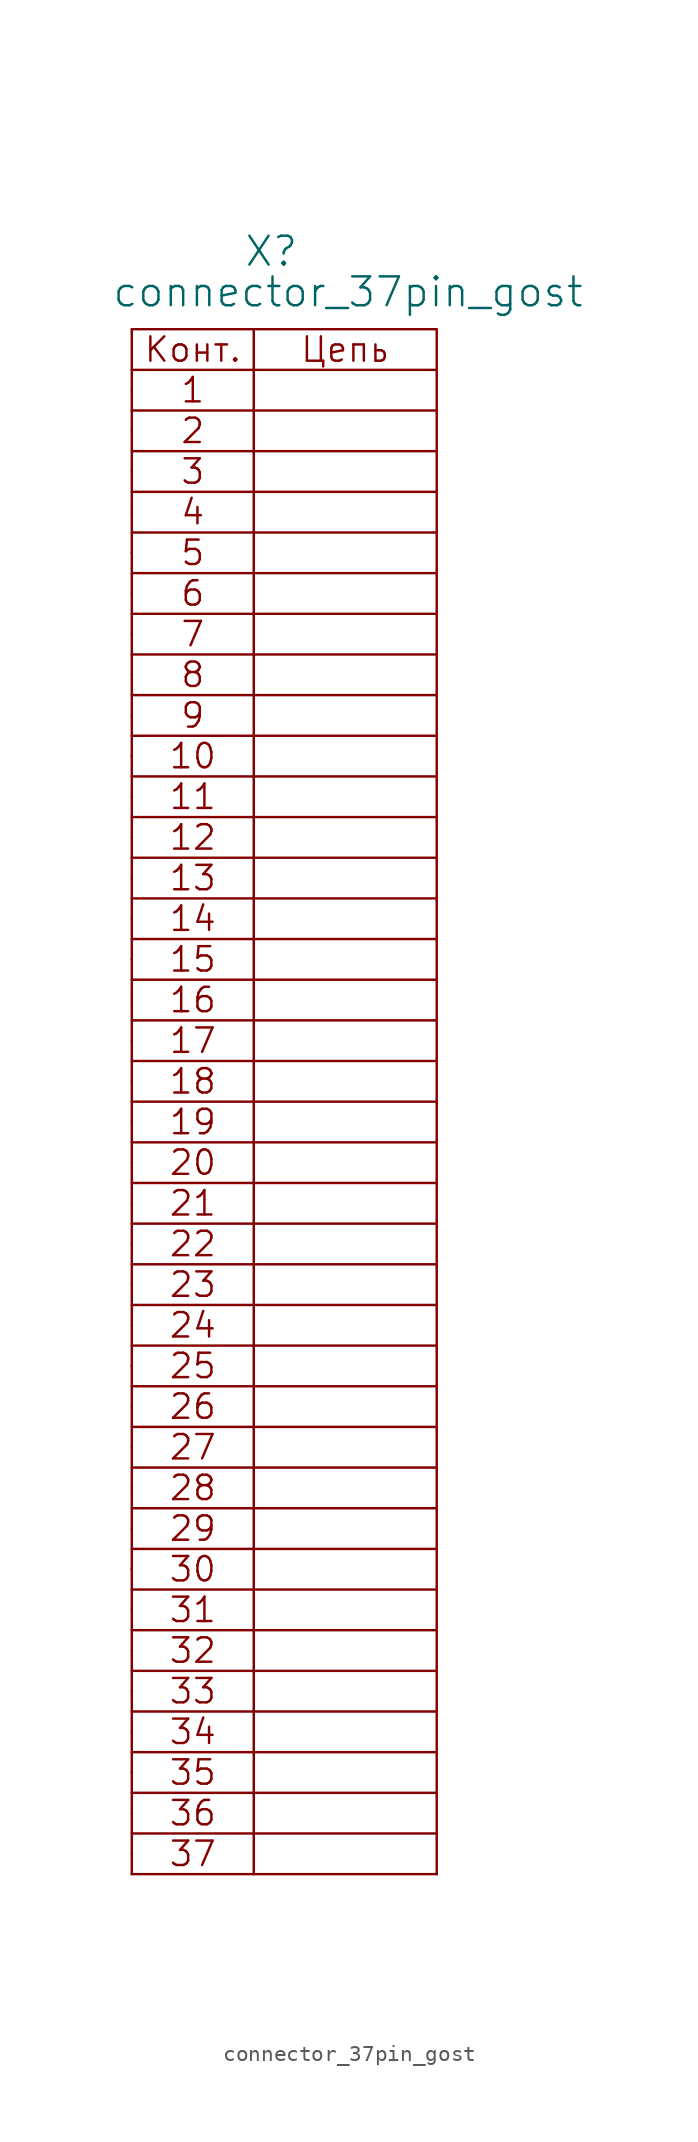
<source format=kicad_sym>
(kicad_symbol_lib
  (version 20211014)
  (generator kicad_symbol_editor)
  (symbol "connector_37pin_gost"
    (pin_numbers hide)
    (pin_names
      (offset 1.016) hide)
    (property "Reference" "X"
      (at 6.985 7.62 0)
      (effects (font (size 1.803 1.803)) (justify left bottom)))
    (property "Value" "connector_37pin_gost"
      (at -1.27 5.08 0)
      (effects (font (size 1.803 1.803)) (justify left bottom)))
    (property "Datasheet" ""
      (at 0 0 0)
      (effects (font (size 1.524 1.524))))
    (symbol "connector_37pin_gost_0_0"
      (polyline (pts (xy 0 -92.71) (xy 19.05 -92.71)) (stroke (width 0) (type default) (color 0 0 0 0)) (fill (type none)))
      (polyline (pts (xy 0 -87.63) (xy 19.05 -87.63)) (stroke (width 0) (type default) (color 0 0 0 0)) (fill (type none)))
      (polyline (pts (xy 0 -86.36) (xy 0 -86.36)) (stroke (width 0) (type default) (color 0 0 0 0)) (fill (type none)))
      (polyline (pts (xy 0 -85.09) (xy 19.05 -85.09)) (stroke (width 0) (type default) (color 0 0 0 0)) (fill (type none)))
      (polyline (pts (xy 0 -82.55) (xy 19.05 -82.55)) (stroke (width 0) (type default) (color 0 0 0 0)) (fill (type none)))
      (polyline (pts (xy 0 -80.01) (xy 19.05 -80.01)) (stroke (width 0) (type default) (color 0 0 0 0)) (fill (type none)))
      (polyline (pts (xy 0 -74.93) (xy 19.05 -74.93)) (stroke (width 0) (type default) (color 0 0 0 0)) (fill (type none)))
      (polyline (pts (xy 0 -73.66) (xy 0 -73.66)) (stroke (width 0) (type default) (color 0 0 0 0)) (fill (type none)))
      (polyline (pts (xy 0 -72.39) (xy 19.05 -72.39)) (stroke (width 0) (type default) (color 0 0 0 0)) (fill (type none)))
      (polyline (pts (xy 0 -69.85) (xy 19.05 -69.85)) (stroke (width 0) (type default) (color 0 0 0 0)) (fill (type none)))
      (polyline (pts (xy 0 -67.31) (xy 19.05 -67.31)) (stroke (width 0) (type default) (color 0 0 0 0)) (fill (type none)))
      (polyline (pts (xy 0 -62.23) (xy 19.05 -62.23)) (stroke (width 0) (type default) (color 0 0 0 0)) (fill (type none)))
      (polyline (pts (xy 0 -60.96) (xy 0 -60.96)) (stroke (width 0) (type default) (color 0 0 0 0)) (fill (type none)))
      (polyline (pts (xy 0 -59.69) (xy 19.05 -59.69)) (stroke (width 0) (type default) (color 0 0 0 0)) (fill (type none)))
      (polyline (pts (xy 0 -57.15) (xy 19.05 -57.15)) (stroke (width 0) (type default) (color 0 0 0 0)) (fill (type none)))
      (polyline (pts (xy 0 -54.61) (xy 19.05 -54.61)) (stroke (width 0) (type default) (color 0 0 0 0)) (fill (type none)))
      (polyline (pts (xy 0 -49.53) (xy 19.05 -49.53)) (stroke (width 0) (type default) (color 0 0 0 0)) (fill (type none)))
      (polyline (pts (xy 0 -46.99) (xy 19.05 -46.99)) (stroke (width 0) (type default) (color 0 0 0 0)) (fill (type none)))
      (polyline (pts (xy 0 -44.45) (xy 19.05 -44.45)) (stroke (width 0) (type default) (color 0 0 0 0)) (fill (type none)))
      (polyline (pts (xy 0 -41.91) (xy 19.05 -41.91)) (stroke (width 0) (type default) (color 0 0 0 0)) (fill (type none)))
      (polyline (pts (xy 0 -36.83) (xy 19.05 -36.83)) (stroke (width 0) (type default) (color 0 0 0 0)) (fill (type none)))
      (polyline (pts (xy 0 -35.56) (xy 0 -35.56)) (stroke (width 0) (type default) (color 0 0 0 0)) (fill (type none)))
      (polyline (pts (xy 0 -34.29) (xy 19.05 -34.29)) (stroke (width 0) (type default) (color 0 0 0 0)) (fill (type none)))
      (polyline (pts (xy 0 -31.75) (xy 19.05 -31.75)) (stroke (width 0) (type default) (color 0 0 0 0)) (fill (type none)))
      (polyline (pts (xy 0 -29.21) (xy 19.05 -29.21)) (stroke (width 0) (type default) (color 0 0 0 0)) (fill (type none)))
      (polyline (pts (xy 0 -24.13) (xy 19.05 -24.13)) (stroke (width 0) (type default) (color 0 0 0 0)) (fill (type none)))
      (polyline (pts (xy 0 -22.86) (xy 0 -22.86)) (stroke (width 0) (type default) (color 0 0 0 0)) (fill (type none)))
      (polyline (pts (xy 0 -21.59) (xy 19.05 -21.59)) (stroke (width 0) (type default) (color 0 0 0 0)) (fill (type none)))
      (polyline (pts (xy 0 -19.05) (xy 19.05 -19.05)) (stroke (width 0) (type default) (color 0 0 0 0)) (fill (type none)))
      (polyline (pts (xy 0 -16.51) (xy 19.05 -16.51)) (stroke (width 0) (type default) (color 0 0 0 0)) (fill (type none)))
      (polyline (pts (xy 0 -11.43) (xy 19.05 -11.43)) (stroke (width 0) (type default) (color 0 0 0 0)) (fill (type none)))
      (polyline (pts (xy 0 -10.16) (xy 0 -10.16)) (stroke (width 0) (type default) (color 0 0 0 0)) (fill (type none)))
      (polyline (pts (xy 0 -8.89) (xy 19.05 -8.89)) (stroke (width 0) (type default) (color 0 0 0 0)) (fill (type none)))
      (polyline (pts (xy 0 -6.35) (xy 19.05 -6.35)) (stroke (width 0) (type default) (color 0 0 0 0)) (fill (type none)))
      (polyline (pts (xy 0 -3.81) (xy 19.05 -3.81)) (stroke (width 0) (type default) (color 0 0 0 0)) (fill (type none)))
      (polyline (pts (xy 0 1.27) (xy 19.05 1.27)) (stroke (width 0) (type default) (color 0 0 0 0)) (fill (type none)))
      (polyline (pts (xy 19.05 -90.17) (xy 0 -90.17)) (stroke (width 0) (type default) (color 0 0 0 0)) (fill (type none)))
      (polyline (pts (xy 19.05 -77.47) (xy 0 -77.47)) (stroke (width 0) (type default) (color 0 0 0 0)) (fill (type none)))
      (polyline (pts (xy 19.05 -64.77) (xy 0 -64.77)) (stroke (width 0) (type default) (color 0 0 0 0)) (fill (type none)))
      (polyline (pts (xy 19.05 -52.07) (xy 0 -52.07)) (stroke (width 0) (type default) (color 0 0 0 0)) (fill (type none)))
      (polyline (pts (xy 19.05 -39.37) (xy 0 -39.37)) (stroke (width 0) (type default) (color 0 0 0 0)) (fill (type none)))
      (polyline (pts (xy 19.05 -26.67) (xy 0 -26.67)) (stroke (width 0) (type default) (color 0 0 0 0)) (fill (type none)))
      (polyline (pts (xy 19.05 -13.97) (xy 0 -13.97)) (stroke (width 0) (type default) (color 0 0 0 0)) (fill (type none)))
      (polyline (pts (xy 19.05 -1.27) (xy 0 -1.27)) (stroke (width 0) (type default) (color 0 0 0 0)) (fill (type none)))
      (text "1" (at 3.81 0 0) (effects (font (size 1.524 1.524))))
      (text "10" (at 3.81 -22.86 0) (effects (font (size 1.524 1.524))))
      (text "11" (at 3.81 -25.4 0) (effects (font (size 1.524 1.524))))
      (text "12" (at 3.81 -27.94 0) (effects (font (size 1.524 1.524))))
      (text "13" (at 3.81 -30.48 0) (effects (font (size 1.524 1.524))))
      (text "14" (at 3.81 -33.02 0) (effects (font (size 1.524 1.524))))
      (text "15" (at 3.81 -35.56 0) (effects (font (size 1.524 1.524))))
      (text "16" (at 3.81 -38.1 0) (effects (font (size 1.524 1.524))))
      (text "17" (at 3.81 -40.64 0) (effects (font (size 1.524 1.524))))
      (text "18" (at 3.81 -43.18 0) (effects (font (size 1.524 1.524))))
      (text "19" (at 3.81 -45.72 0) (effects (font (size 1.524 1.524))))
      (text "2" (at 3.81 -2.54 0) (effects (font (size 1.524 1.524))))
      (text "20" (at 3.81 -48.26 0) (effects (font (size 1.524 1.524))))
      (text "21" (at 3.81 -50.8 0) (effects (font (size 1.524 1.524))))
      (text "22" (at 3.81 -53.34 0) (effects (font (size 1.524 1.524))))
      (text "23" (at 3.81 -55.88 0) (effects (font (size 1.524 1.524))))
      (text "24" (at 3.81 -58.42 0) (effects (font (size 1.524 1.524))))
      (text "25" (at 3.81 -60.96 0) (effects (font (size 1.524 1.524))))
      (text "26" (at 3.81 -63.5 0) (effects (font (size 1.524 1.524))))
      (text "27" (at 3.81 -66.04 0) (effects (font (size 1.524 1.524))))
      (text "28" (at 3.81 -68.58 0) (effects (font (size 1.524 1.524))))
      (text "29" (at 3.81 -71.12 0) (effects (font (size 1.524 1.524))))
      (text "3" (at 3.81 -5.08 0) (effects (font (size 1.524 1.524))))
      (text "30" (at 3.81 -73.66 0) (effects (font (size 1.524 1.524))))
      (text "31" (at 3.81 -76.2 0) (effects (font (size 1.524 1.524))))
      (text "32" (at 3.81 -78.74 0) (effects (font (size 1.524 1.524))))
      (text "33" (at 3.81 -81.28 0) (effects (font (size 1.524 1.524))))
      (text "34" (at 3.81 -83.82 0) (effects (font (size 1.524 1.524))))
      (text "35" (at 3.81 -86.36 0) (effects (font (size 1.524 1.524))))
      (text "36" (at 3.81 -88.9 0) (effects (font (size 1.524 1.524))))
      (text "37" (at 3.81 -91.44 0) (effects (font (size 1.524 1.524))))
      (text "4" (at 3.81 -7.62 0) (effects (font (size 1.524 1.524))))
      (text "5" (at 3.81 -10.16 0) (effects (font (size 1.524 1.524))))
      (text "6" (at 3.81 -12.7 0) (effects (font (size 1.524 1.524))))
      (text "7" (at 3.81 -15.24 0) (effects (font (size 1.524 1.524))))
      (text "8" (at 3.81 -17.78 0) (effects (font (size 1.524 1.524))))
      (text "9" (at 3.81 -20.32 0) (effects (font (size 1.524 1.524))))
      (text "Конт." (at 3.81 2.54 0) (effects (font (size 1.524 1.524))))
      (text "Цепь" (at 13.335 2.54 0) (effects (font (size 1.524 1.524)))))
    (symbol "connector_37pin_gost_0_1"
      (polyline (pts (xy 0 3.81) (xy 0 -92.71)) (stroke (width 0) (type default) (color 0 0 0 0)) (fill (type none)))
      (polyline (pts (xy 0 3.81) (xy 19.05 3.81)) (stroke (width 0) (type default) (color 0 0 0 0)) (fill (type none)))
      (polyline (pts (xy 7.62 -92.71) (xy 7.62 3.81)) (stroke (width 0) (type default) (color 0 0 0 0)) (fill (type none)))
      (polyline (pts (xy 19.05 -92.71) (xy 19.05 3.81)) (stroke (width 0) (type default) (color 0 0 0 0)) (fill (type none))))
    (symbol "connector_37pin_gost_1_1"
      (pin passive line (at 0 0 0) (length 0) (name "~" (effects (font (size 1.549 1.549)))) (number "1" (effects (font (size 1.549 1.549)))))
      (pin passive line (at 0 -22.86 0) (length 0) (name "~" (effects (font (size 1.549 1.549)))) (number "10" (effects (font (size 1.549 1.549)))))
      (pin passive line (at 0 -25.4 0) (length 0) (name "~" (effects (font (size 1.549 1.549)))) (number "11" (effects (font (size 1.549 1.549)))))
      (pin passive line (at 0 -27.94 0) (length 0) (name "~" (effects (font (size 1.549 1.549)))) (number "12" (effects (font (size 1.549 1.549)))))
      (pin passive line (at 0 -30.48 0) (length 0) (name "~" (effects (font (size 1.549 1.549)))) (number "13" (effects (font (size 1.549 1.549)))))
      (pin passive line (at 0 -33.02 0) (length 0) (name "~" (effects (font (size 1.549 1.549)))) (number "14" (effects (font (size 1.549 1.549)))))
      (pin passive line (at 0 -35.56 0) (length 0) (name "~" (effects (font (size 1.549 1.549)))) (number "15" (effects (font (size 1.549 1.549)))))
      (pin passive line (at 0 -38.1 0) (length 0) (name "~" (effects (font (size 1.549 1.549)))) (number "16" (effects (font (size 1.549 1.549)))))
      (pin passive line (at 0 -40.64 0) (length 0) (name "~" (effects (font (size 1.549 1.549)))) (number "17" (effects (font (size 1.549 1.549)))))
      (pin passive line (at 0 -43.18 0) (length 0) (name "~" (effects (font (size 1.549 1.549)))) (number "18" (effects (font (size 1.549 1.549)))))
      (pin passive line (at 0 -45.72 0) (length 0) (name "~" (effects (font (size 1.549 1.549)))) (number "19" (effects (font (size 1.549 1.549)))))
      (pin passive line (at 0 -2.54 0) (length 0) (name "~" (effects (font (size 1.549 1.549)))) (number "2" (effects (font (size 1.549 1.549)))))
      (pin passive line (at 0 -48.26 0) (length 0) (name "~" (effects (font (size 1.549 1.549)))) (number "20" (effects (font (size 1.549 1.549)))))
      (pin passive line (at 0 -50.8 0) (length 0) (name "~" (effects (font (size 1.549 1.549)))) (number "21" (effects (font (size 1.549 1.549)))))
      (pin passive line (at 0 -53.34 0) (length 0) (name "~" (effects (font (size 1.549 1.549)))) (number "22" (effects (font (size 1.549 1.549)))))
      (pin passive line (at 0 -55.88 0) (length 0) (name "~" (effects (font (size 1.549 1.549)))) (number "23" (effects (font (size 1.549 1.549)))))
      (pin passive line (at 0 -58.42 0) (length 0) (name "~" (effects (font (size 1.549 1.549)))) (number "24" (effects (font (size 1.549 1.549)))))
      (pin passive line (at 0 -60.96 0) (length 0) (name "~" (effects (font (size 1.549 1.549)))) (number "25" (effects (font (size 1.549 1.549)))))
      (pin passive line (at 0 -63.5 0) (length 0) (name "~" (effects (font (size 1.549 1.549)))) (number "26" (effects (font (size 1.549 1.549)))))
      (pin passive line (at 0 -66.04 0) (length 0) (name "~" (effects (font (size 1.549 1.549)))) (number "27" (effects (font (size 1.549 1.549)))))
      (pin passive line (at 0 -68.58 0) (length 0) (name "~" (effects (font (size 1.549 1.549)))) (number "28" (effects (font (size 1.549 1.549)))))
      (pin passive line (at 0 -71.12 0) (length 0) (name "~" (effects (font (size 1.549 1.549)))) (number "29" (effects (font (size 1.549 1.549)))))
      (pin passive line (at 0 -5.08 0) (length 0) (name "~" (effects (font (size 1.549 1.549)))) (number "3" (effects (font (size 1.549 1.549)))))
      (pin passive line (at 0 -73.66 0) (length 0) (name "~" (effects (font (size 1.549 1.549)))) (number "30" (effects (font (size 1.549 1.549)))))
      (pin passive line (at 0 -76.2 0) (length 0) (name "~" (effects (font (size 1.549 1.549)))) (number "31" (effects (font (size 1.549 1.549)))))
      (pin passive line (at 0 -78.74 0) (length 0) (name "~" (effects (font (size 1.549 1.549)))) (number "32" (effects (font (size 1.549 1.549)))))
      (pin passive line (at 0 -81.28 0) (length 0) (name "~" (effects (font (size 1.549 1.549)))) (number "33" (effects (font (size 1.549 1.549)))))
      (pin passive line (at 0 -83.82 0) (length 0) (name "~" (effects (font (size 1.549 1.549)))) (number "34" (effects (font (size 1.549 1.549)))))
      (pin passive line (at 0 -86.36 0) (length 0) (name "~" (effects (font (size 1.549 1.549)))) (number "35" (effects (font (size 1.549 1.549)))))
      (pin passive line (at 0 -88.9 0) (length 0) (name "~" (effects (font (size 1.549 1.549)))) (number "36" (effects (font (size 1.549 1.549)))))
      (pin passive line (at 0 -91.44 0) (length 0) (name "~" (effects (font (size 1.549 1.549)))) (number "37" (effects (font (size 1.549 1.549)))))
      (pin passive line (at 0 -7.62 0) (length 0) (name "~" (effects (font (size 1.549 1.549)))) (number "4" (effects (font (size 1.549 1.549)))))
      (pin passive line (at 0 -10.16 0) (length 0) (name "~" (effects (font (size 1.549 1.549)))) (number "5" (effects (font (size 1.549 1.549)))))
      (pin passive line (at 0 -12.7 0) (length 0) (name "~" (effects (font (size 1.549 1.549)))) (number "6" (effects (font (size 1.549 1.549)))))
      (pin passive line (at 0 -15.24 0) (length 0) (name "~" (effects (font (size 1.549 1.549)))) (number "7" (effects (font (size 1.549 1.549)))))
      (pin passive line (at 0 -17.78 0) (length 0) (name "~" (effects (font (size 1.549 1.549)))) (number "8" (effects (font (size 1.549 1.549)))))
      (pin passive line (at 0 -20.32 0) (length 0) (name "~" (effects (font (size 1.549 1.549)))) (number "9" (effects (font (size 1.549 1.549))))))))
</source>
